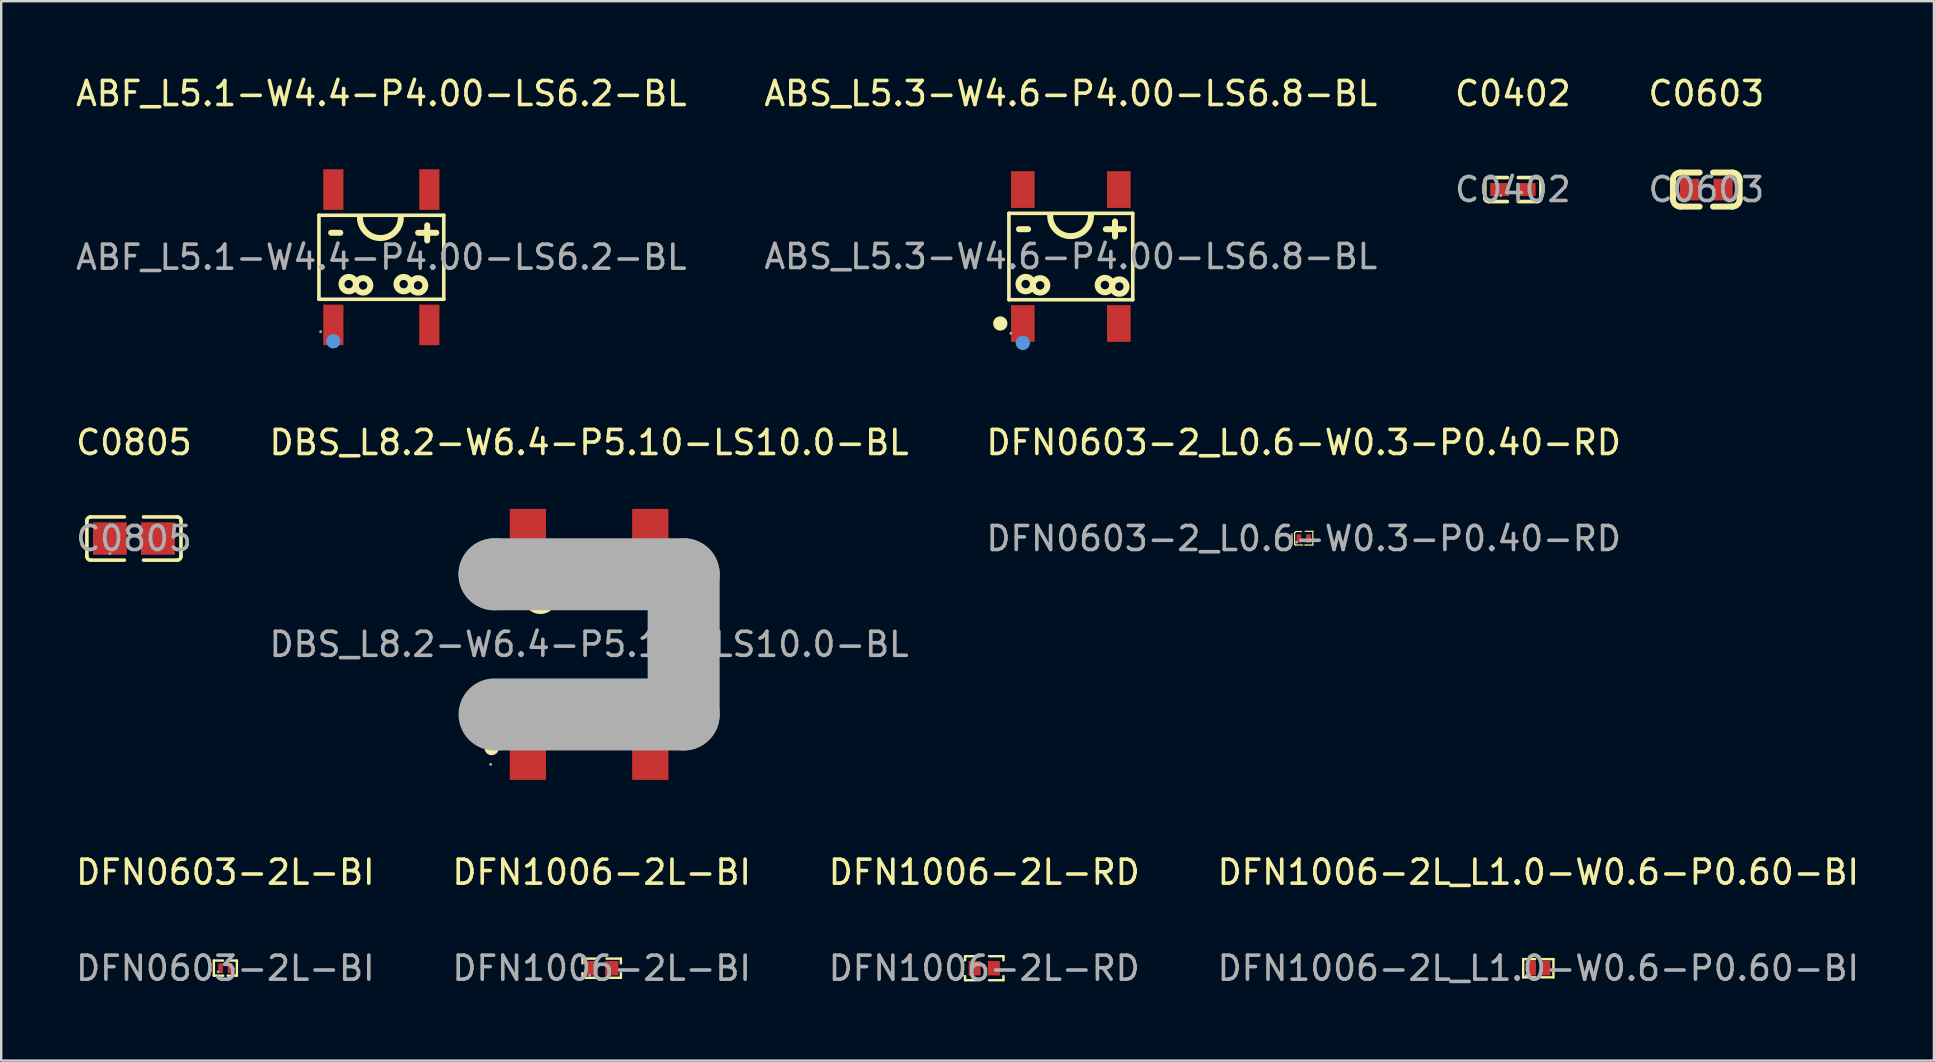
<source format=kicad_pcb>
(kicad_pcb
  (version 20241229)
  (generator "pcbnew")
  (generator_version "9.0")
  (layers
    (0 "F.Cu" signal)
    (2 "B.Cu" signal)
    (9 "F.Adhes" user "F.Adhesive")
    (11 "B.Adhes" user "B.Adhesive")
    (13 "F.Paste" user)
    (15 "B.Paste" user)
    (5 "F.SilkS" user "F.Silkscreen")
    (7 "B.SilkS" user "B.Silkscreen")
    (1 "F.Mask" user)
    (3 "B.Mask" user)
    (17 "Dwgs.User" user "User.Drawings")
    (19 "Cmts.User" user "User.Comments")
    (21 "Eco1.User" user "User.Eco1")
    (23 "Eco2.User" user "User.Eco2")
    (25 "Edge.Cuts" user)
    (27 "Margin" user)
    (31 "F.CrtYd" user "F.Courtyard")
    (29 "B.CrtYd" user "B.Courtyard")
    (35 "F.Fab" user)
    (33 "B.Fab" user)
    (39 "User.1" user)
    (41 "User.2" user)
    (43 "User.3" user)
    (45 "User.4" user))
  (footprint "DFN1006-2L-RD"
    (layer "F.Cu")
    (at 37.958 37.29)
    (property "Reference" "DFN1006-2L-RD" (at 0 -4 0) (layer "F.SilkS") (effects (font (size 1 1) (thickness 0.15))))
    (attr smd)
    (fp_line (start -0.9 -0.3) (end -0.9 0.3) (stroke (width 0.1) (type solid)) (layer "F.SilkS"))
    (fp_line (start -0.8 -0.5) (end -0.8 -0.33) (stroke (width 0.1) (type solid)) (layer "F.SilkS"))
    (fp_line (start -0.8 0.33) (end -0.8 0.5) (stroke (width 0.1) (type solid)) (layer "F.SilkS"))
    (fp_line (start -0.8 0.5) (end -0.2 0.5) (stroke (width 0.1) (type solid)) (layer "F.SilkS"))
    (fp_line (start -0.2 -0.5) (end -0.8 -0.5) (stroke (width 0.1) (type solid)) (layer "F.SilkS"))
    (fp_line (start 0.2 -0.5) (end 0.8 -0.5) (stroke (width 0.1) (type solid)) (layer "F.SilkS"))
    (fp_line (start 0.8 -0.5) (end 0.8 -0.33) (stroke (width 0.1) (type solid)) (layer "F.SilkS"))
    (fp_line (start 0.8 0.33) (end 0.8 0.5) (stroke (width 0.1) (type solid)) (layer "F.SilkS"))
    (fp_line (start 0.8 0.5) (end 0.2 0.5) (stroke (width 0.1) (type solid)) (layer "F.SilkS"))
    (fp_circle (center -0.5 0.3) (end -0.47 0.3) (stroke (width 0.06) (type solid)) (fill no) (layer "F.Fab"))
    (fp_text user "${REFERENCE}" (at 0 0 0) (layer "F.Fab") (effects (font (size 1 1) (thickness 0.15))))
    (pad "1" smd rect (at -0.4 0) (size 0.5 0.6) (layers "F.Cu" "F.Mask" "F.Paste"))
    (pad "2" smd rect (at 0.4 0) (size 0.5 0.6) (layers "F.Cu" "F.Mask" "F.Paste")))
  (footprint "DBS_L8.2-W6.4-P5.10-LS10.0-BL"
    (layer "F.Cu")
    (at 21.494 23.797)
    (property "Reference" "DBS_L8.2-W6.4-P5.10-LS10.0-BL" (at 0 -8.41 0) (layer "F.SilkS") (effects (font (size 1 1) (thickness 0.15))))
    (attr smd)
    (fp_line (start -2.67 1.65) (end -2.67 2.92) (stroke (width 0.25) (type solid)) (layer "F.SilkS"))
    (fp_line (start -2.03 2.29) (end -3.3 2.29) (stroke (width 0.25) (type solid)) (layer "F.SilkS"))
    (fp_line (start 3.17 2.29) (end 1.9 2.29) (stroke (width 0.25) (type solid)) (layer "F.SilkS"))
    (fp_arc (start -3.75 -1.87) (mid -3.18 -2.44) (end -2.61 -1.87) (stroke (width 0.25) (type solid)) (layer "F.SilkS"))
    (fp_arc (start -2.609912 -1.980122) (mid -1.450022 -1.964939) (end -2.61 -1.97) (stroke (width 0.25) (type solid)) (layer "F.SilkS"))
    (fp_arc (start -1.02 2.8) (mid -0.001354 1.875111) (end 1.019732 2.797306) (stroke (width 0.25) (type solid)) (layer "F.SilkS"))
    (fp_arc (start 1.33 -1.87) (mid 1.9 -2.44) (end 2.47 -1.87) (stroke (width 0.25) (type solid)) (layer "F.SilkS"))
    (fp_arc (start 2.470088 -1.980122) (mid 3.629978 -1.964939) (end 2.47 -1.97) (stroke (width 0.25) (type solid)) (layer "F.SilkS"))
    (fp_circle (center -4.06 4.32) (end -3.91 4.32) (stroke (width 0.3) (type solid)) (fill no) (layer "F.SilkS"))
    (fp_line (start -3.94 -2.92) (end -3.94 -2.92) (stroke (width 3) (type solid)) (layer "F.Fab"))
    (fp_line (start -3.94 -2.92) (end 3.94 -2.92) (stroke (width 3) (type solid)) (layer "F.Fab"))
    (fp_line (start 3.94 -2.92) (end 3.94 2.92) (stroke (width 3) (type solid)) (layer "F.Fab"))
    (fp_line (start 3.94 2.92) (end -3.94 2.92) (stroke (width 3) (type solid)) (layer "F.Fab"))
    (fp_circle (center -4.1 5) (end -4.07 5) (stroke (width 0.06) (type solid)) (fill no) (layer "F.Fab"))
    (fp_text user "${REFERENCE}" (at 0 0 0) (layer "F.Fab") (effects (font (size 1 1) (thickness 0.15))))
    (pad "1" smd rect (at -2.55 4.41 180) (size 1.51 2.47) (layers "F.Cu" "F.Mask" "F.Paste"))
    (pad "2" smd rect (at 2.55 4.41 180) (size 1.51 2.47) (layers "F.Cu" "F.Mask" "F.Paste"))
    (pad "3" smd rect (at 2.55 -4.41 180) (size 1.51 2.47) (layers "F.Cu" "F.Mask" "F.Paste"))
    (pad "4" smd rect (at -2.55 -4.41 180) (size 1.51 2.47) (layers "F.Cu" "F.Mask" "F.Paste")))
  (footprint "DFN0603-2_L0.6-W0.3-P0.40-RD"
    (layer "F.Cu")
    (at 51.268 19.387)
    (property "Reference" "DFN0603-2_L0.6-W0.3-P0.40-RD" (at 0 -4 0) (layer "F.SilkS") (effects (font (size 1 1) (thickness 0.15))))
    (attr smd)
    (fp_line (start -0.49 -0.2) (end -0.49 0.19) (stroke (width 0.05) (type solid)) (layer "F.SilkS"))
    (fp_line (start -0.49 0.19) (end -0.5 0.19) (stroke (width 0.05) (type solid)) (layer "F.SilkS"))
    (fp_line (start -0.38 -0.24) (end -0.38 0.24) (stroke (width 0.05) (type solid)) (layer "F.SilkS"))
    (fp_line (start -0.38 0.24) (end -0.34 0.27) (stroke (width 0.05) (type solid)) (layer "F.SilkS"))
    (fp_line (start -0.34 0.27) (end -0.04 0.27) (stroke (width 0.05) (type solid)) (layer "F.SilkS"))
    (fp_line (start -0.32 -0.29) (end -0.38 -0.24) (stroke (width 0.05) (type solid)) (layer "F.SilkS"))
    (fp_line (start -0.09 -0.29) (end -0.32 -0.29) (stroke (width 0.05) (type solid)) (layer "F.SilkS"))
    (fp_line (start 0.06 -0.3) (end 0.38 -0.3) (stroke (width 0.05) (type solid)) (layer "F.SilkS"))
    (fp_line (start 0.06 0.27) (end 0.06 0.27) (stroke (width 0.05) (type solid)) (layer "F.SilkS"))
    (fp_line (start 0.38 -0.3) (end 0.38 0.27) (stroke (width 0.05) (type solid)) (layer "F.SilkS"))
    (fp_line (start 0.38 0.27) (end 0.06 0.27) (stroke (width 0.05) (type solid)) (layer "F.SilkS"))
    (fp_circle (center -0.3 0.15) (end -0.27 0.15) (stroke (width 0.06) (type solid)) (fill no) (layer "F.Fab"))
    (fp_text user "${REFERENCE}" (at 0 0 0) (layer "F.Fab") (effects (font (size 1 1) (thickness 0.15))))
    (pad "1" smd rect (at -0.2 0) (size 0.2 0.35) (layers "F.Cu" "F.Mask" "F.Paste"))
    (pad "2" smd rect (at 0.2 0) (size 0.2 0.35) (layers "F.Cu" "F.Mask" "F.Paste")))
  (footprint "ABF_L5.1-W4.4-P4.00-LS6.2-BL"
    (layer "F.Cu")
    (at 12.839 7.668)
    (property "Reference" "ABF_L5.1-W4.4-P4.00-LS6.2-BL" (at 0 -6.82 0) (layer "F.SilkS") (effects (font (size 1 1) (thickness 0.15))))
    (attr smd)
    (fp_line (start -2.6 -1.75) (end 2.6 -1.75) (stroke (width 0.15) (type solid)) (layer "F.SilkS"))
    (fp_line (start -2.6 1.75) (end -2.6 -1.75) (stroke (width 0.15) (type solid)) (layer "F.SilkS"))
    (fp_line (start -2.09 -1.02) (end -1.71 -1.02) (stroke (width 0.25) (type solid)) (layer "F.SilkS"))
    (fp_line (start 1.53 -1.02) (end 2.29 -1.02) (stroke (width 0.25) (type solid)) (layer "F.SilkS"))
    (fp_line (start 1.91 -1.33) (end 1.91 -0.7) (stroke (width 0.25) (type solid)) (layer "F.SilkS"))
    (fp_line (start 2.6 -1.75) (end 2.6 1.75) (stroke (width 0.15) (type solid)) (layer "F.SilkS"))
    (fp_line (start 2.6 1.75) (end -2.6 1.75) (stroke (width 0.15) (type solid)) (layer "F.SilkS"))
    (fp_arc (start -1.060395 1.145233) (mid -1.659814 1.097383) (end -1.06 1.14) (stroke (width 0.25) (type solid)) (layer "F.SilkS"))
    (fp_arc (start -1.059431 1.134769) (mid -0.460273 1.202617) (end -1.06 1.14) (stroke (width 0.25) (type solid)) (layer "F.SilkS"))
    (fp_arc (start 0.81 -1.65) (mid -0.04 -0.8) (end -0.89 -1.65) (stroke (width 0.25) (type solid)) (layer "F.SilkS"))
    (fp_arc (start 1.229605 1.145233) (mid 0.630186 1.097383) (end 1.23 1.14) (stroke (width 0.25) (type solid)) (layer "F.SilkS"))
    (fp_arc (start 1.230569 1.134769) (mid 1.829727 1.202617) (end 1.23 1.14) (stroke (width 0.25) (type solid)) (layer "F.SilkS"))
    (fp_circle (center -2 3.5) (end -1.85 3.5) (stroke (width 0.3) (type solid)) (fill no) (layer "Cmts.User"))
    (fp_circle (center -2.53 3.1) (end -2.5 3.1) (stroke (width 0.06) (type solid)) (fill no) (layer "F.Fab"))
    (fp_text user "${REFERENCE}" (at 0 0 0) (layer "F.Fab") (effects (font (size 1 1) (thickness 0.15))))
    (pad "1" smd rect (at -2 2.82) (size 0.84 1.69) (layers "F.Cu" "F.Mask" "F.Paste"))
    (pad "2" smd rect (at 2 2.82) (size 0.84 1.69) (layers "F.Cu" "F.Mask" "F.Paste"))
    (pad "3" smd rect (at 2 -2.82) (size 0.84 1.69) (layers "F.Cu" "F.Mask" "F.Paste"))
    (pad "4" smd rect (at -2 -2.82) (size 0.84 1.69) (layers "F.Cu" "F.Mask" "F.Paste")))
  (footprint "DFN1006-2L-BI"
    (layer "F.Cu")
    (at 22.018 37.29)
    (property "Reference" "DFN1006-2L-BI" (at 0 -4 0) (layer "F.SilkS") (effects (font (size 1 1) (thickness 0.15))))
    (attr smd)
    (fp_line (start -0.8 -0.4) (end -0.8 -0.2) (stroke (width 0.1) (type solid)) (layer "F.SilkS"))
    (fp_line (start -0.8 0.4) (end -0.8 0.2) (stroke (width 0.1) (type solid)) (layer "F.SilkS"))
    (fp_line (start -0.8 0.4) (end -0.2 0.4) (stroke (width 0.1) (type solid)) (layer "F.SilkS"))
    (fp_line (start -0.2 -0.4) (end -0.8 -0.4) (stroke (width 0.1) (type solid)) (layer "F.SilkS"))
    (fp_line (start 0.2 -0.4) (end 0.8 -0.4) (stroke (width 0.1) (type solid)) (layer "F.SilkS"))
    (fp_line (start 0.2 0.4) (end 0.8 0.4) (stroke (width 0.1) (type solid)) (layer "F.SilkS"))
    (fp_line (start 0.8 -0.4) (end 0.8 -0.2) (stroke (width 0.1) (type solid)) (layer "F.SilkS"))
    (fp_line (start 0.8 0.4) (end 0.8 0.2) (stroke (width 0.1) (type solid)) (layer "F.SilkS"))
    (fp_circle (center -0.5 0.3) (end -0.47 0.3) (stroke (width 0.06) (type solid)) (fill no) (layer "F.Fab"))
    (fp_text user "${REFERENCE}" (at 0 0 0) (layer "F.Fab") (effects (font (size 1 1) (thickness 0.15))))
    (pad "1" smd rect (at -0.42 0) (size 0.55 0.6) (layers "F.Cu" "F.Mask" "F.Paste"))
    (pad "2" smd rect (at 0.42 0) (size 0.55 0.6) (layers "F.Cu" "F.Mask" "F.Paste")))
  (footprint "C0603"
    (layer "F.Cu")
    (at 68.042 4.848)
    (property "Reference" "C0603" (at 0 -4 0) (layer "F.SilkS") (effects (font (size 1 1) (thickness 0.15))))
    (attr smd)
    (fp_line (start -1.39 0.4) (end -1.39 -0.4) (stroke (width 0.25) (type solid)) (layer "F.SilkS"))
    (fp_line (start -0.28 -0.71) (end -1.08 -0.71) (stroke (width 0.25) (type solid)) (layer "F.SilkS"))
    (fp_line (start -0.28 0.71) (end -1.08 0.71) (stroke (width 0.25) (type solid)) (layer "F.SilkS"))
    (fp_line (start 0.28 -0.71) (end 1.08 -0.71) (stroke (width 0.25) (type solid)) (layer "F.SilkS"))
    (fp_line (start 0.28 0.71) (end 1.08 0.71) (stroke (width 0.25) (type solid)) (layer "F.SilkS"))
    (fp_line (start 1.39 -0.4) (end 1.39 0.4) (stroke (width 0.25) (type solid)) (layer "F.SilkS"))
    (fp_arc (start -1.39 -0.4) (mid -1.299203 -0.619203) (end -1.08 -0.71) (stroke (width 0.25) (type solid)) (layer "F.SilkS"))
    (fp_arc (start -1.08 0.71) (mid -1.299203 0.619203) (end -1.39 0.4) (stroke (width 0.25) (type solid)) (layer "F.SilkS"))
    (fp_arc (start 1.08 -0.71) (mid 1.299203 -0.619203) (end 1.39 -0.4) (stroke (width 0.25) (type solid)) (layer "F.SilkS"))
    (fp_arc (start 1.39 0.4) (mid 1.299203 0.619203) (end 1.08 0.71) (stroke (width 0.25) (type solid)) (layer "F.SilkS"))
    (fp_circle (center -0.8 0.4) (end -0.77 0.4) (stroke (width 0.06) (type solid)) (fill no) (layer "F.Fab"))
    (fp_text user "${REFERENCE}" (at 0 0 0) (layer "F.Fab") (effects (font (size 1 1) (thickness 0.15))))
    (pad "1" smd rect (at -0.7 0) (size 0.8 0.9) (layers "F.Cu" "F.Mask" "F.Paste"))
    (pad "2" smd rect (at 0.7 0) (size 0.8 0.9) (layers "F.Cu" "F.Mask" "F.Paste")))
  (footprint "DFN1006-2L_L1.0-W0.6-P0.60-BI"
    (layer "F.Cu")
    (at 61.042 37.29)
    (property "Reference" "DFN1006-2L_L1.0-W0.6-P0.60-BI" (at 0 -4 0) (layer "F.SilkS") (effects (font (size 1 1) (thickness 0.15))))
    (attr smd)
    (fp_line (start -0.63 -0.38) (end -0.63 0.38) (stroke (width 0.1) (type solid)) (layer "F.SilkS"))
    (fp_line (start -0.63 0.38) (end -0.13 0.38) (stroke (width 0.1) (type solid)) (layer "F.SilkS"))
    (fp_line (start -0.13 -0.38) (end -0.63 -0.38) (stroke (width 0.1) (type solid)) (layer "F.SilkS"))
    (fp_line (start 0.13 0.38) (end 0.63 0.38) (stroke (width 0.1) (type solid)) (layer "F.SilkS"))
    (fp_line (start 0.63 -0.38) (end 0.13 -0.38) (stroke (width 0.1) (type solid)) (layer "F.SilkS"))
    (fp_line (start 0.63 0.38) (end 0.63 -0.38) (stroke (width 0.1) (type solid)) (layer "F.SilkS"))
    (fp_circle (center -0.5 0.3) (end -0.47 0.3) (stroke (width 0.06) (type solid)) (fill no) (layer "F.Fab"))
    (fp_text user "${REFERENCE}" (at 0 0 0) (layer "F.Fab") (effects (font (size 1 1) (thickness 0.15))))
    (pad "1" smd rect (at -0.3 0) (size 0.4 0.6) (layers "F.Cu" "F.Mask" "F.Paste"))
    (pad "2" smd rect (at 0.3 0) (size 0.4 0.6) (layers "F.Cu" "F.Mask" "F.Paste")))
  (footprint "C0402"
    (layer "F.Cu")
    (at 59.982 4.848)
    (property "Reference" "C0402" (at 0 -4 0) (layer "F.SilkS") (effects (font (size 1 1) (thickness 0.15))))
    (attr smd)
    (fp_line (start -1.17 0.35) (end -1.17 -0.35) (stroke (width 0.15) (type solid)) (layer "F.SilkS"))
    (fp_line (start -1.02 -0.5) (end -0.23 -0.5) (stroke (width 0.15) (type solid)) (layer "F.SilkS"))
    (fp_line (start -0.23 0.5) (end -1.02 0.5) (stroke (width 0.15) (type solid)) (layer "F.SilkS"))
    (fp_line (start 0.23 0.5) (end 1.02 0.5) (stroke (width 0.15) (type solid)) (layer "F.SilkS"))
    (fp_line (start 1.02 -0.5) (end 0.23 -0.5) (stroke (width 0.15) (type solid)) (layer "F.SilkS"))
    (fp_line (start 1.17 0.35) (end 1.17 -0.35) (stroke (width 0.15) (type solid)) (layer "F.SilkS"))
    (fp_arc (start -1.17 -0.35) (mid -1.126066 -0.456066) (end -1.02 -0.5) (stroke (width 0.15) (type solid)) (layer "F.SilkS"))
    (fp_arc (start -1.02 0.5) (mid -1.126066 0.456066) (end -1.17 0.35) (stroke (width 0.15) (type solid)) (layer "F.SilkS"))
    (fp_arc (start 1.02 -0.5) (mid 1.126066 -0.456066) (end 1.17 -0.35) (stroke (width 0.15) (type solid)) (layer "F.SilkS"))
    (fp_arc (start 1.17 0.35) (mid 1.126066 0.456066) (end 1.02 0.5) (stroke (width 0.15) (type solid)) (layer "F.SilkS"))
    (fp_circle (center -0.5 0.25) (end -0.47 0.25) (stroke (width 0.06) (type solid)) (fill no) (layer "F.Fab"))
    (fp_text user "${REFERENCE}" (at 0 0 0) (layer "F.Fab") (effects (font (size 1 1) (thickness 0.15))))
    (pad "1" smd rect (at -0.55 0) (size 0.79 0.54) (layers "F.Cu" "F.Mask" "F.Paste"))
    (pad "2" smd rect (at 0.55 0) (size 0.79 0.54) (layers "F.Cu" "F.Mask" "F.Paste")))
  (footprint "ABS_L5.3-W4.6-P4.00-LS6.8-BL"
    (layer "F.Cu")
    (at 41.565 7.638)
    (property "Reference" "ABS_L5.3-W4.6-P4.00-LS6.8-BL" (at 0 -6.79 0) (layer "F.SilkS") (effects (font (size 1 1) (thickness 0.15))))
    (attr through_hole)
    (fp_line (start -2.58 -1.8) (end 2.58 -1.8) (stroke (width 0.15) (type solid)) (layer "F.SilkS"))
    (fp_line (start -2.58 1.8) (end -2.58 -1.8) (stroke (width 0.15) (type solid)) (layer "F.SilkS"))
    (fp_line (start -2.16 -1.14) (end -1.78 -1.14) (stroke (width 0.25) (type solid)) (layer "F.SilkS"))
    (fp_line (start 1.46 -1.14) (end 2.22 -1.14) (stroke (width 0.25) (type solid)) (layer "F.SilkS"))
    (fp_line (start 1.84 -1.46) (end 1.84 -0.83) (stroke (width 0.25) (type solid)) (layer "F.SilkS"))
    (fp_line (start 2.58 -1.8) (end 2.58 1.8) (stroke (width 0.15) (type solid)) (layer "F.SilkS"))
    (fp_line (start 2.58 1.8) (end -2.58 1.8) (stroke (width 0.15) (type solid)) (layer "F.SilkS"))
    (fp_arc (start -1.580569 1.185231) (mid -2.179727 1.117383) (end -1.58 1.18) (stroke (width 0.25) (type solid)) (layer "F.SilkS"))
    (fp_arc (start -1.579605 1.174767) (mid -0.980186 1.222617) (end -1.58 1.18) (stroke (width 0.25) (type solid)) (layer "F.SilkS"))
    (fp_arc (start 0.84 -1.7) (mid -0.01 -0.85) (end -0.86 -1.7) (stroke (width 0.25) (type solid)) (layer "F.SilkS"))
    (fp_arc (start 1.719431 1.225231) (mid 1.120273 1.157383) (end 1.72 1.22) (stroke (width 0.25) (type solid)) (layer "F.SilkS"))
    (fp_arc (start 1.720569 1.214769) (mid 2.319727 1.282617) (end 1.72 1.22) (stroke (width 0.25) (type solid)) (layer "F.SilkS"))
    (fp_circle (center -2.94 2.79) (end -2.79 2.79) (stroke (width 0.3) (type solid)) (fill no) (layer "F.SilkS"))
    (fp_circle (center -2 3.6) (end -1.85 3.6) (stroke (width 0.3) (type solid)) (fill no) (layer "Cmts.User"))
    (fp_circle (center -2.5 3.2) (end -2.47 3.2) (stroke (width 0.06) (type solid)) (fill no) (layer "F.Fab"))
    (fp_text user "${REFERENCE}" (at 0 0 0) (layer "F.Fab") (effects (font (size 1 1) (thickness 0.15))))
    (pad "1" smd rect (at -2 2.79 180) (size 0.98 1.53) (layers "F.Cu" "F.Mask" "F.Paste"))
    (pad "2" smd rect (at 2 2.79 180) (size 0.98 1.53) (layers "F.Cu" "F.Mask" "F.Paste"))
    (pad "3" smd rect (at 2 -2.79 180) (size 0.98 1.53) (layers "F.Cu" "F.Mask" "F.Paste"))
    (pad "4" smd rect (at -2 -2.79 180) (size 0.98 1.53) (layers "F.Cu" "F.Mask" "F.Paste")))
  (footprint "C0805"
    (layer "F.Cu")
    (at 2.53 19.387)
    (property "Reference" "C0805" (at 0 -4 0) (layer "F.SilkS") (effects (font (size 1 1) (thickness 0.15))))
    (attr smd)
    (fp_line (start -1.96 0.75) (end -1.96 -0.75) (stroke (width 0.15) (type solid)) (layer "F.SilkS"))
    (fp_line (start -1.81 -0.9) (end -0.4 -0.9) (stroke (width 0.15) (type solid)) (layer "F.SilkS"))
    (fp_line (start -0.4 0.9) (end -1.81 0.9) (stroke (width 0.15) (type solid)) (layer "F.SilkS"))
    (fp_line (start 0.4 0.9) (end 1.81 0.9) (stroke (width 0.15) (type solid)) (layer "F.SilkS"))
    (fp_line (start 1.81 -0.9) (end 0.4 -0.9) (stroke (width 0.15) (type solid)) (layer "F.SilkS"))
    (fp_line (start 1.96 0.75) (end 1.96 -0.75) (stroke (width 0.15) (type solid)) (layer "F.SilkS"))
    (fp_arc (start -1.96 -0.75) (mid -1.916066 -0.856066) (end -1.81 -0.9) (stroke (width 0.15) (type solid)) (layer "F.SilkS"))
    (fp_arc (start -1.81 0.9) (mid -1.916066 0.856066) (end -1.96 0.75) (stroke (width 0.15) (type solid)) (layer "F.SilkS"))
    (fp_arc (start 1.81 -0.9) (mid 1.916066 -0.856066) (end 1.96 -0.75) (stroke (width 0.15) (type solid)) (layer "F.SilkS"))
    (fp_arc (start 1.96 0.75) (mid 1.916066 0.856066) (end 1.81 0.9) (stroke (width 0.15) (type solid)) (layer "F.SilkS"))
    (fp_circle (center -1 0.63) (end -0.97 0.63) (stroke (width 0.06) (type solid)) (fill no) (layer "F.Fab"))
    (fp_text user "${REFERENCE}" (at 0 0 0) (layer "F.Fab") (effects (font (size 1 1) (thickness 0.15))))
    (pad "1" smd rect (at -1 0) (size 1.41 1.35) (layers "F.Cu" "F.Mask" "F.Paste"))
    (pad "2" smd rect (at 1 0) (size 1.41 1.35) (layers "F.Cu" "F.Mask" "F.Paste")))
  (footprint "DFN0603-2L-BI"
    (layer "F.Cu")
    (at 6.339 37.29)
    (property "Reference" "DFN0603-2L-BI" (at 0 -4 0) (layer "F.SilkS") (effects (font (size 1 1) (thickness 0.15))))
    (attr smd)
    (fp_line (start -0.48 -0.32) (end -0.48 0.31) (stroke (width 0.1) (type solid)) (layer "F.SilkS"))
    (fp_line (start -0.48 -0.32) (end -0.1 -0.32) (stroke (width 0.1) (type solid)) (layer "F.SilkS"))
    (fp_line (start -0.48 0.31) (end -0.09 0.31) (stroke (width 0.1) (type solid)) (layer "F.SilkS"))
    (fp_line (start 0.48 -0.32) (end 0.09 -0.32) (stroke (width 0.1) (type solid)) (layer "F.SilkS"))
    (fp_line (start 0.48 0.31) (end 0.1 0.31) (stroke (width 0.1) (type solid)) (layer "F.SilkS"))
    (fp_line (start 0.48 0.31) (end 0.48 -0.32) (stroke (width 0.1) (type solid)) (layer "F.SilkS"))
    (fp_circle (center -0.3 0.15) (end -0.27 0.15) (stroke (width 0.06) (type solid)) (fill no) (layer "F.Fab"))
    (fp_text user "${REFERENCE}" (at 0 0 0) (layer "F.Fab") (effects (font (size 1 1) (thickness 0.15))))
    (pad "1" smd rect (at -0.2 0) (size 0.2 0.4) (layers "F.Cu" "F.Mask" "F.Paste"))
    (pad "2" smd rect (at 0.2 0) (size 0.2 0.4) (layers "F.Cu" "F.Mask" "F.Paste")))
  (gr_rect
    (start -3 -3)
    (end 77.524 41.138)
    (stroke (width 0.1) (type default))
    (fill no)
    (layer "Edge.Cuts")))
</source>
